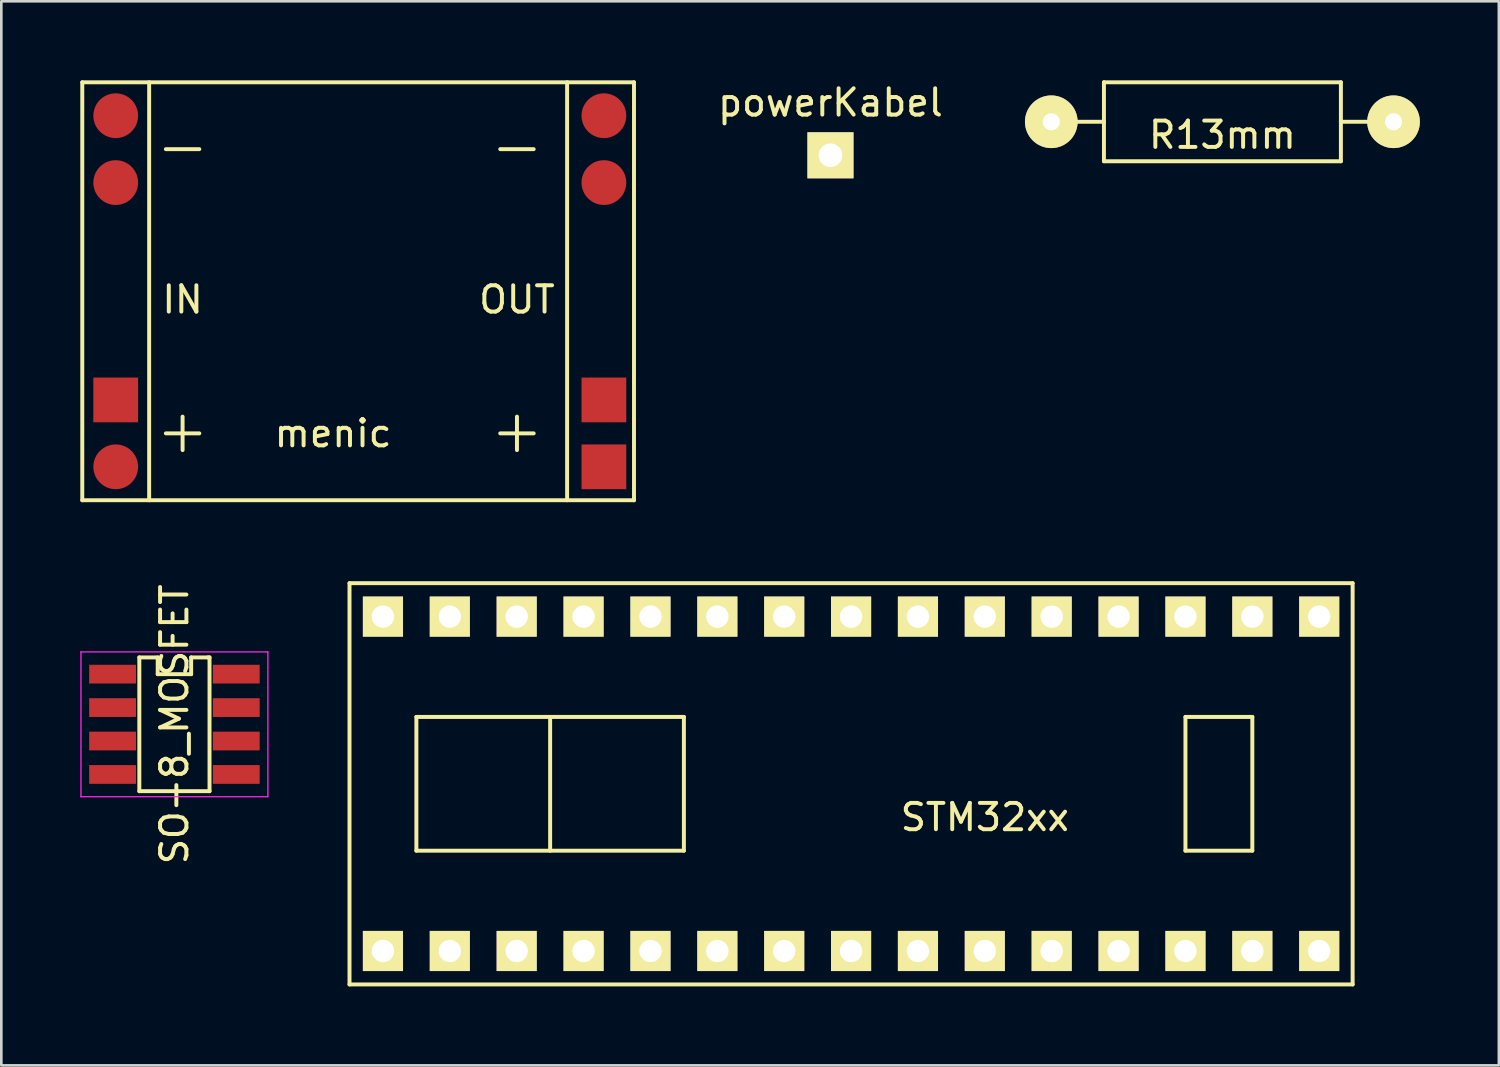
<source format=kicad_pcb>
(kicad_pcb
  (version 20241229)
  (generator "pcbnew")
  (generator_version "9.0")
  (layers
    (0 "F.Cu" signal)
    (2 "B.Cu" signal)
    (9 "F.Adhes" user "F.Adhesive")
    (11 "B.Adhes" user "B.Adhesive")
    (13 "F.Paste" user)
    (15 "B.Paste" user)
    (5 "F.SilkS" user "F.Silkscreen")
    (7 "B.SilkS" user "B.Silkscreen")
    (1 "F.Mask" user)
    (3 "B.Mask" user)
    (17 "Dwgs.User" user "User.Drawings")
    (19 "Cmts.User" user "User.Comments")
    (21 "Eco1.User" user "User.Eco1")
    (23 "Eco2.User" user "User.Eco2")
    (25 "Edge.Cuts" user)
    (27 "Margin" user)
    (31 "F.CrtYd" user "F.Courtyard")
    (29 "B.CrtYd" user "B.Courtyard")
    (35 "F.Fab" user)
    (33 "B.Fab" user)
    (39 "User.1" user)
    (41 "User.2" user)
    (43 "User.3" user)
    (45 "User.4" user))
  (footprint "powerKabel"
    (layer "F.Cu")
    (at 28.492 2.848)
    (property "Reference" "powerKabel" (at 0 -2 0) (layer "F.SilkS") (effects (font (size 1 1) (thickness 0.15))))
    (attr through_hole)
    (pad "1" thru_hole rect (at 0 0) (size 1.75 1.75) (drill 0.9) (layers "*.Cu" "*.Mask" "F.SilkS")))
  (footprint "R13mm"
    (layer "F.Cu")
    (at 43.379 1.575)
    (property "Reference" "R13mm" (at 0 0.5 0) (layer "F.SilkS") (effects (font (size 1 1) (thickness 0.15))))
    (attr through_hole)
    (fp_line (start -6.5 0) (end -4.5 0) (stroke (width 0.15) (type solid)) (layer "F.SilkS"))
    (fp_line (start -4.5 -1.5) (end 4.5 -1.5) (stroke (width 0.15) (type solid)) (layer "F.SilkS"))
    (fp_line (start -4.5 0) (end -4.5 -1.5) (stroke (width 0.15) (type solid)) (layer "F.SilkS"))
    (fp_line (start -4.5 1.5) (end -4.5 0) (stroke (width 0.15) (type solid)) (layer "F.SilkS"))
    (fp_line (start 4.5 -1.5) (end 4.5 0) (stroke (width 0.15) (type solid)) (layer "F.SilkS"))
    (fp_line (start 4.5 0) (end 4.5 1.5) (stroke (width 0.15) (type solid)) (layer "F.SilkS"))
    (fp_line (start 4.5 0) (end 6.5 0) (stroke (width 0.15) (type solid)) (layer "F.SilkS"))
    (fp_line (start 4.5 1.5) (end -4.5 1.5) (stroke (width 0.15) (type solid)) (layer "F.SilkS"))
    (pad "1" thru_hole circle (at -6.5 0) (size 2 2) (drill 0.65) (layers "*.Cu" "*.Mask" "F.SilkS"))
    (pad "2" thru_hole circle (at 6.5 0) (size 2 2) (drill 0.65) (layers "*.Cu" "*.Mask" "F.SilkS")))
  (footprint "STM32xx"
    (layer "F.Cu")
    (at 11.495 20.37)
    (property "Reference" "STM32xx" (at 22.86 7.62 0) (layer "F.SilkS") (effects (font (size 1 1) (thickness 0.15))))
    (attr through_hole)
    (fp_line (start -1.27 -1.27) (end -1.27 13.97) (stroke (width 0.15) (type solid)) (layer "F.SilkS"))
    (fp_line (start -1.27 13.97) (end 36.83 13.97) (stroke (width 0.15) (type solid)) (layer "F.SilkS"))
    (fp_line (start 1.27 3.81) (end 1.27 8.89) (stroke (width 0.15) (type solid)) (layer "F.SilkS"))
    (fp_line (start 1.27 8.89) (end 11.43 8.89) (stroke (width 0.15) (type solid)) (layer "F.SilkS"))
    (fp_line (start 6.35 3.81) (end 6.35 8.89) (stroke (width 0.15) (type solid)) (layer "F.SilkS"))
    (fp_line (start 11.43 3.81) (end 1.27 3.81) (stroke (width 0.15) (type solid)) (layer "F.SilkS"))
    (fp_line (start 11.43 8.89) (end 11.43 3.81) (stroke (width 0.15) (type solid)) (layer "F.SilkS"))
    (fp_line (start 30.48 3.81) (end 30.48 8.89) (stroke (width 0.15) (type solid)) (layer "F.SilkS"))
    (fp_line (start 30.48 8.89) (end 33.02 8.89) (stroke (width 0.15) (type solid)) (layer "F.SilkS"))
    (fp_line (start 33.02 3.81) (end 30.48 3.81) (stroke (width 0.15) (type solid)) (layer "F.SilkS"))
    (fp_line (start 33.02 8.89) (end 33.02 3.81) (stroke (width 0.15) (type solid)) (layer "F.SilkS"))
    (fp_line (start 36.83 -1.27) (end -1.27 -1.27) (stroke (width 0.15) (type solid)) (layer "F.SilkS"))
    (fp_line (start 36.83 13.97) (end 36.83 -1.27) (stroke (width 0.15) (type solid)) (layer "F.SilkS"))
    (pad "1" thru_hole rect (at 0 12.7) (size 1.524 1.524) (drill 0.85) (layers "*.Cu" "*.Mask" "F.SilkS"))
    (pad "2" thru_hole rect (at 2.54 12.7) (size 1.524 1.524) (drill 0.85) (layers "*.Cu" "*.Mask" "F.SilkS"))
    (pad "3" thru_hole rect (at 5.08 12.7) (size 1.524 1.524) (drill 0.85) (layers "*.Cu" "*.Mask" "F.SilkS"))
    (pad "4" thru_hole rect (at 7.62 12.7) (size 1.524 1.524) (drill 0.85) (layers "*.Cu" "*.Mask" "F.SilkS"))
    (pad "5" thru_hole rect (at 10.16 12.7) (size 1.524 1.524) (drill 0.85) (layers "*.Cu" "*.Mask" "F.SilkS"))
    (pad "6" thru_hole rect (at 12.7 12.7) (size 1.524 1.524) (drill 0.85) (layers "*.Cu" "*.Mask" "F.SilkS"))
    (pad "7" thru_hole rect (at 15.24 12.7) (size 1.524 1.524) (drill 0.85) (layers "*.Cu" "*.Mask" "F.SilkS"))
    (pad "8" thru_hole rect (at 17.78 12.7) (size 1.524 1.524) (drill 0.85) (layers "*.Cu" "*.Mask" "F.SilkS"))
    (pad "9" thru_hole rect (at 20.32 12.7) (size 1.524 1.524) (drill 0.85) (layers "*.Cu" "*.Mask" "F.SilkS"))
    (pad "10" thru_hole rect (at 22.86 12.7) (size 1.524 1.524) (drill 0.85) (layers "*.Cu" "*.Mask" "F.SilkS"))
    (pad "11" thru_hole rect (at 25.4 12.7) (size 1.524 1.524) (drill 0.85) (layers "*.Cu" "*.Mask" "F.SilkS"))
    (pad "12" thru_hole rect (at 27.94 12.7) (size 1.524 1.524) (drill 0.85) (layers "*.Cu" "*.Mask" "F.SilkS"))
    (pad "13" thru_hole rect (at 30.48 12.7) (size 1.524 1.524) (drill 0.85) (layers "*.Cu" "*.Mask" "F.SilkS"))
    (pad "14" thru_hole rect (at 33.02 12.7) (size 1.524 1.524) (drill 0.85) (layers "*.Cu" "*.Mask" "F.SilkS"))
    (pad "15" thru_hole rect (at 35.56 12.7) (size 1.524 1.524) (drill 0.85) (layers "*.Cu" "*.Mask" "F.SilkS"))
    (pad "16" thru_hole rect (at 35.56 0) (size 1.524 1.524) (drill 0.85) (layers "*.Cu" "*.Mask" "F.SilkS"))
    (pad "17" thru_hole rect (at 33.02 0) (size 1.524 1.524) (drill 0.85) (layers "*.Cu" "*.Mask" "F.SilkS"))
    (pad "18" thru_hole rect (at 30.48 0) (size 1.524 1.524) (drill 0.85) (layers "*.Cu" "*.Mask" "F.SilkS"))
    (pad "19" thru_hole rect (at 27.94 0) (size 1.524 1.524) (drill 0.85) (layers "*.Cu" "*.Mask" "F.SilkS"))
    (pad "20" thru_hole rect (at 25.4 0) (size 1.524 1.524) (drill 0.85) (layers "*.Cu" "*.Mask" "F.SilkS"))
    (pad "21" thru_hole rect (at 22.86 0) (size 1.524 1.524) (drill 0.85) (layers "*.Cu" "*.Mask" "F.SilkS"))
    (pad "22" thru_hole rect (at 20.32 0) (size 1.524 1.524) (drill 0.85) (layers "*.Cu" "*.Mask" "F.SilkS"))
    (pad "23" thru_hole rect (at 17.78 0) (size 1.524 1.524) (drill 0.85) (layers "*.Cu" "*.Mask" "F.SilkS"))
    (pad "24" thru_hole rect (at 15.24 0) (size 1.524 1.524) (drill 0.85) (layers "*.Cu" "*.Mask" "F.SilkS"))
    (pad "25" thru_hole rect (at 12.7 0) (size 1.524 1.524) (drill 0.85) (layers "*.Cu" "*.Mask" "F.SilkS"))
    (pad "26" thru_hole rect (at 10.16 0) (size 1.524 1.524) (drill 0.85) (layers "*.Cu" "*.Mask" "F.SilkS"))
    (pad "27" thru_hole rect (at 7.62 0) (size 1.524 1.524) (drill 0.85) (layers "*.Cu" "*.Mask" "F.SilkS"))
    (pad "28" thru_hole rect (at 5.08 0) (size 1.524 1.524) (drill 0.85) (layers "*.Cu" "*.Mask" "F.SilkS"))
    (pad "29" thru_hole rect (at 2.54 0) (size 1.524 1.524) (drill 0.85) (layers "*.Cu" "*.Mask" "F.SilkS"))
    (pad "30" thru_hole rect (at 0 0) (size 1.524 1.524) (drill 0.85) (layers "*.Cu" "*.Mask" "F.SilkS")))
  (footprint "menic"
    (layer "F.Cu")
    (at 1.345 1.345)
    (property "Reference" "menic" (at 8.255 12.065 0) (layer "F.SilkS") (effects (font (size 1 1) (thickness 0.15))))
    (attr through_hole)
    (fp_line (start -1.27 -1.27) (end 19.685 -1.27) (stroke (width 0.15) (type solid)) (layer "F.SilkS"))
    (fp_line (start -1.27 14.605) (end -1.27 -1.27) (stroke (width 0.15) (type solid)) (layer "F.SilkS"))
    (fp_line (start 1.27 14.605) (end 1.27 -1.27) (stroke (width 0.15) (type solid)) (layer "F.SilkS"))
    (fp_line (start 1.905 1.27) (end 3.175 1.27) (stroke (width 0.15) (type solid)) (layer "F.SilkS"))
    (fp_line (start 1.905 12.065) (end 3.175 12.065) (stroke (width 0.15) (type solid)) (layer "F.SilkS"))
    (fp_line (start 2.54 11.43) (end 2.54 12.7) (stroke (width 0.15) (type solid)) (layer "F.SilkS"))
    (fp_line (start 14.605 1.27) (end 15.875 1.27) (stroke (width 0.15) (type solid)) (layer "F.SilkS"))
    (fp_line (start 14.605 12.065) (end 15.875 12.065) (stroke (width 0.15) (type solid)) (layer "F.SilkS"))
    (fp_line (start 15.24 11.43) (end 15.24 12.7) (stroke (width 0.15) (type solid)) (layer "F.SilkS"))
    (fp_line (start 17.145 -1.27) (end 17.145 14.605) (stroke (width 0.15) (type solid)) (layer "F.SilkS"))
    (fp_line (start 19.685 -1.27) (end 19.685 14.605) (stroke (width 0.15) (type solid)) (layer "F.SilkS"))
    (fp_line (start 19.685 14.605) (end -1.27 14.605) (stroke (width 0.15) (type solid)) (layer "F.SilkS"))
    (fp_text user "OUT" (at 15.24 6.985 0) (layer "F.SilkS") (effects (font (size 1 1) (thickness 0.15))))
    (fp_text user "IN" (at 2.54 6.985 0) (layer "F.SilkS") (effects (font (size 1 1) (thickness 0.15))))
    (pad "1" smd circle (at 0 0) (size 1.7 1.7) (layers "F.Cu" "F.Mask" "F.Paste"))
    (pad "1" smd circle (at 0 2.54) (size 1.7 1.7) (layers "F.Cu" "F.Mask" "F.Paste"))
    (pad "2" smd rect (at 0 10.795) (size 1.7 1.7) (layers "F.Cu" "F.Mask" "F.Paste"))
    (pad "2" smd circle (at 0 13.335) (size 1.7 1.7) (layers "F.Cu" "F.Mask" "F.Paste"))
    (pad "3" smd rect (at 18.542 10.795) (size 1.7 1.7) (layers "F.Cu" "F.Mask" "F.Paste"))
    (pad "3" smd rect (at 18.542 13.335) (size 1.7 1.7) (layers "F.Cu" "F.Mask" "F.Paste"))
    (pad "4" smd circle (at 18.542 0) (size 1.7 1.7) (layers "F.Cu" "F.Mask" "F.Paste"))
    (pad "4" smd circle (at 18.542 2.54) (size 1.7 1.7) (layers "F.Cu" "F.Mask" "F.Paste")))
  (footprint "SO-8_MOSFET"
    (layer "F.Cu")
    (at 3.575 24.46)
    (property "Reference" "SO-8_MOSFET" (at 0 0 90) (layer "F.SilkS") (effects (font (size 1 1) (thickness 0.15))))
    (attr smd)
    (fp_line (start -1.333 -2.54) (end -1.333 2.54) (stroke (width 0.15) (type solid)) (layer "F.SilkS"))
    (fp_line (start -0.635 -2.54) (end -1.333 -2.54) (stroke (width 0.15) (type solid)) (layer "F.SilkS"))
    (fp_line (start -0.635 -1.905) (end -0.635 -2.54) (stroke (width 0.15) (type solid)) (layer "F.SilkS"))
    (fp_line (start 0.635 -2.54) (end 0.635 -1.905) (stroke (width 0.15) (type solid)) (layer "F.SilkS"))
    (fp_line (start 0.635 -2.54) (end 1.27 -2.54) (stroke (width 0.15) (type solid)) (layer "F.SilkS"))
    (fp_line (start 0.635 -1.905) (end -0.635 -1.905) (stroke (width 0.15) (type solid)) (layer "F.SilkS"))
    (fp_line (start 1.333 -2.54) (end 1.27 -2.54) (stroke (width 0.15) (type solid)) (layer "F.SilkS"))
    (fp_line (start 1.333 -2.54) (end 1.333 2.54) (stroke (width 0.15) (type solid)) (layer "F.SilkS"))
    (fp_line (start 1.333 2.54) (end -1.333 2.54) (stroke (width 0.15) (type solid)) (layer "F.SilkS"))
    (fp_line (start -3.55 -2.75) (end -3.55 2.75) (stroke (width 0.05) (type solid)) (layer "F.CrtYd"))
    (fp_line (start -3.55 -2.75) (end 3.55 -2.75) (stroke (width 0.05) (type solid)) (layer "F.CrtYd"))
    (fp_line (start -3.55 2.75) (end 3.55 2.75) (stroke (width 0.05) (type solid)) (layer "F.CrtYd"))
    (fp_line (start 3.55 -2.75) (end 3.55 2.75) (stroke (width 0.05) (type solid)) (layer "F.CrtYd"))
    (pad "D" smd rect (at 2.349 -1.905) (size 1.778 0.711) (layers "F.Cu" "F.Mask" "F.Paste"))
    (pad "D" smd rect (at 2.349 -0.635) (size 1.778 0.711) (layers "F.Cu" "F.Mask" "F.Paste"))
    (pad "D" smd rect (at 2.349 0.635) (size 1.778 0.711) (layers "F.Cu" "F.Mask" "F.Paste"))
    (pad "D" smd rect (at 2.349 1.905) (size 1.778 0.711) (layers "F.Cu" "F.Mask" "F.Paste"))
    (pad "G" smd rect (at -2.349 1.905) (size 1.778 0.711) (layers "F.Cu" "F.Mask" "F.Paste"))
    (pad "S" smd rect (at -2.349 -1.905) (size 1.778 0.711) (layers "F.Cu" "F.Mask" "F.Paste"))
    (pad "S" smd rect (at -2.349 -0.635) (size 1.778 0.711) (layers "F.Cu" "F.Mask" "F.Paste"))
    (pad "S" smd rect (at -2.349 0.635) (size 1.778 0.711) (layers "F.Cu" "F.Mask" "F.Paste")))
  (gr_rect
    (start -3 -3)
    (end 53.879 37.415)
    (stroke (width 0.1) (type default))
    (fill no)
    (layer "Edge.Cuts")))
</source>
